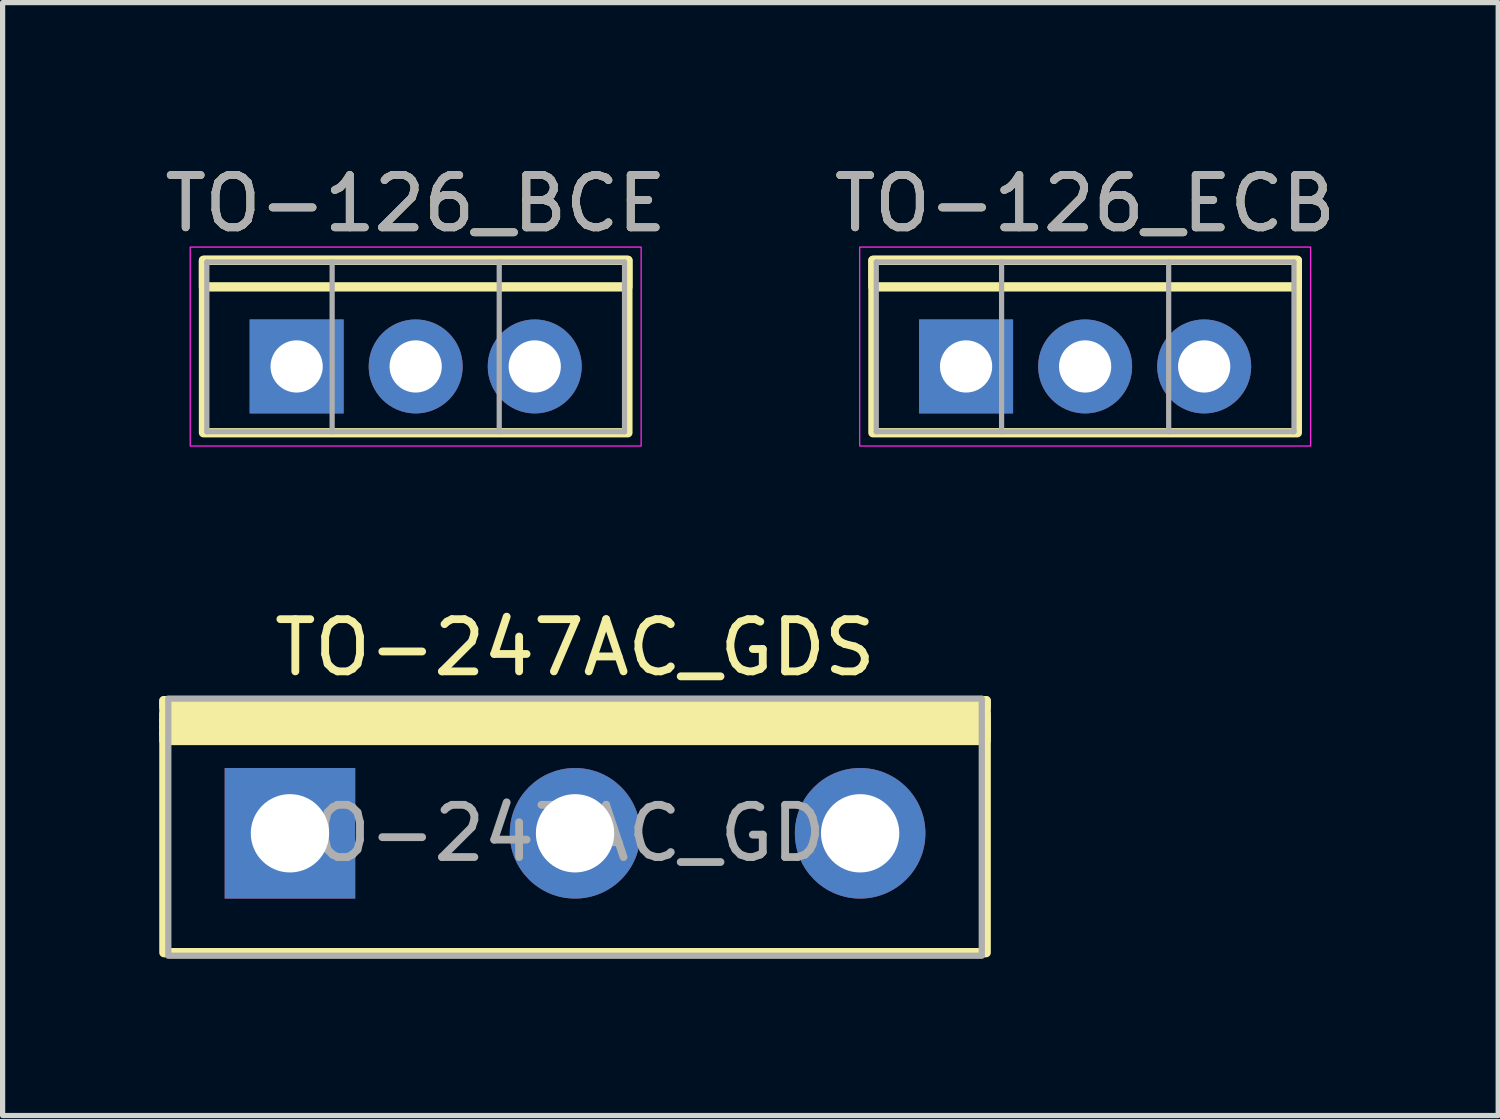
<source format=kicad_pcb>
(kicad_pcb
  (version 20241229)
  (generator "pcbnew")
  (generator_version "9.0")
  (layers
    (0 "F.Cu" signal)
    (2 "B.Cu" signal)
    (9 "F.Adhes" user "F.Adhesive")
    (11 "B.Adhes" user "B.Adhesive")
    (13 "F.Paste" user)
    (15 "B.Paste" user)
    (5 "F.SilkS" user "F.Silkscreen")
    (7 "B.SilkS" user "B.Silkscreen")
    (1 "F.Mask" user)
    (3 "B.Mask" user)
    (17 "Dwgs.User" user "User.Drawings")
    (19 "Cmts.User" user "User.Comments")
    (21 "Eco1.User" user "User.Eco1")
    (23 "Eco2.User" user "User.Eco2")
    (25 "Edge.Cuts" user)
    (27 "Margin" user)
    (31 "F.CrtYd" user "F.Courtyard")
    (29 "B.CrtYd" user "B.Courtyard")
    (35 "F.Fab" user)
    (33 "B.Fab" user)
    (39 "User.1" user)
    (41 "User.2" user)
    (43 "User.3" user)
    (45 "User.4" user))
  (footprint "TO-247AC_GDS"
    (layer "F.Cu")
    (at 7.963 12.909)
    (property "Reference" "TO-247AC_GDS" (at 0 -3.556 0) (unlocked yes) (layer "F.SilkS") (effects (font (size 1 1) (thickness 0.15))))
    (attr through_hole)
    (fp_rect (start -7.874 -2.54) (end 7.874 2.286) (stroke (width 0.178) (type solid)) (fill no) (layer "F.SilkS"))
    (fp_rect (start -7.874 -2.413) (end 7.874 -2.54) (stroke (width 0.178) (type solid)) (fill no) (layer "F.SilkS"))
    (fp_rect (start -7.874 -2.159) (end 7.874 -2.286) (stroke (width 0.178) (type solid)) (fill no) (layer "F.SilkS"))
    (fp_rect (start -7.874 -2.032) (end 7.874 -2.159) (stroke (width 0.178) (type solid)) (fill no) (layer "F.SilkS"))
    (fp_rect (start -7.874 -1.905) (end 7.874 -2.032) (stroke (width 0.178) (type solid)) (fill no) (layer "F.SilkS"))
    (fp_rect (start -7.874 -1.778) (end 7.874 -1.905) (stroke (width 0.178) (type solid)) (fill no) (layer "F.SilkS"))
    (fp_rect (start -7.79 -2.58) (end 7.79 2.345) (stroke (width 0.12) (type solid)) (fill no) (layer "F.Fab"))
    (fp_text user "${REFERENCE}" (at 0 0 0) (unlocked yes) (layer "F.Fab") (effects (font (size 1 1) (thickness 0.15))))
    (pad "D" thru_hole circle (at 0 0) (size 2.5 2.5) (drill 1.5) (layers "*.Cu" "*.Mask"))
    (pad "G" thru_hole rect (at -5.46 0) (size 2.5 2.5) (drill 1.5) (layers "*.Cu" "*.Mask"))
    (pad "S" thru_hole circle (at 5.46 0) (size 2.5 2.5) (drill 1.5) (layers "*.Cu" "*.Mask")))
  (footprint "TO-126_BCE"
    (layer "F.Cu")
    (at 4.911 3.968)
    (property "Reference" "TO-126_BCE" (at 0 -3.12 0) (layer "F.SilkS") (effects (font (size 1 1) (thickness 0.15))))
    (attr through_hole)
    (fp_rect (start -4.064 -2.032) (end 4.064 -1.524) (stroke (width 0.178) (type solid)) (fill no) (layer "F.SilkS"))
    (fp_rect (start -4.064 -2.032) (end 4.064 1.27) (stroke (width 0.178) (type solid)) (fill no) (layer "F.SilkS"))
    (fp_rect (start -4.318 -2.286) (end 4.318 1.524) (stroke (width 0.025) (type solid)) (fill no) (layer "F.CrtYd"))
    (fp_line (start -4 -2) (end -4 1.25) (stroke (width 0.1) (type solid)) (layer "F.Fab"))
    (fp_line (start -4 1.25) (end 4 1.25) (stroke (width 0.1) (type solid)) (layer "F.Fab"))
    (fp_line (start -1.6 -2) (end -1.6 1.25) (stroke (width 0.1) (type solid)) (layer "F.Fab"))
    (fp_line (start 1.6 -2) (end 1.6 1.25) (stroke (width 0.1) (type solid)) (layer "F.Fab"))
    (fp_line (start 4 -2) (end -4 -2) (stroke (width 0.1) (type solid)) (layer "F.Fab"))
    (fp_line (start 4 1.25) (end 4 -2) (stroke (width 0.1) (type solid)) (layer "F.Fab"))
    (fp_text user "${REFERENCE}" (at 0 -3.12 0) (layer "F.Fab") (effects (font (size 1 1) (thickness 0.15))))
    (pad "B" thru_hole rect (at -2.28 0) (size 1.8 1.8) (drill 1) (layers "*.Cu" "*.Mask"))
    (pad "C" thru_hole oval (at 0 0) (size 1.8 1.8) (drill 1) (layers "*.Cu" "*.Mask"))
    (pad "E" thru_hole oval (at 2.28 0) (size 1.8 1.8) (drill 1) (layers "*.Cu" "*.Mask")))
  (footprint "TO-126_ECB"
    (layer "F.Cu")
    (at 17.732 3.968)
    (property "Reference" "TO-126_ECB" (at 0 -3.12 0) (layer "F.SilkS") (effects (font (size 1 1) (thickness 0.15))))
    (attr through_hole)
    (fp_rect (start -4.064 -2.032) (end 4.064 -1.524) (stroke (width 0.178) (type solid)) (fill no) (layer "F.SilkS"))
    (fp_rect (start -4.064 -2.032) (end 4.064 1.27) (stroke (width 0.178) (type solid)) (fill no) (layer "F.SilkS"))
    (fp_rect (start -4.318 -2.286) (end 4.318 1.524) (stroke (width 0.025) (type solid)) (fill no) (layer "F.CrtYd"))
    (fp_line (start -4 -2) (end -4 1.25) (stroke (width 0.1) (type solid)) (layer "F.Fab"))
    (fp_line (start -4 1.25) (end 4 1.25) (stroke (width 0.1) (type solid)) (layer "F.Fab"))
    (fp_line (start -1.6 -2) (end -1.6 1.25) (stroke (width 0.1) (type solid)) (layer "F.Fab"))
    (fp_line (start 1.6 -2) (end 1.6 1.25) (stroke (width 0.1) (type solid)) (layer "F.Fab"))
    (fp_line (start 4 -2) (end -4 -2) (stroke (width 0.1) (type solid)) (layer "F.Fab"))
    (fp_line (start 4 1.25) (end 4 -2) (stroke (width 0.1) (type solid)) (layer "F.Fab"))
    (fp_text user "${REFERENCE}" (at 0 -3.12 0) (layer "F.Fab") (effects (font (size 1 1) (thickness 0.15))))
    (pad "B" thru_hole oval (at 2.28 0) (size 1.8 1.8) (drill 1) (layers "*.Cu" "*.Mask"))
    (pad "C" thru_hole oval (at 0 0) (size 1.8 1.8) (drill 1) (layers "*.Cu" "*.Mask"))
    (pad "E" thru_hole rect (at -2.28 0) (size 1.8 1.8) (drill 1) (layers "*.Cu" "*.Mask")))
  (gr_rect
    (start -3 -3)
    (end 25.643 18.314)
    (stroke (width 0.1) (type default))
    (fill no)
    (layer "Edge.Cuts")))
</source>
